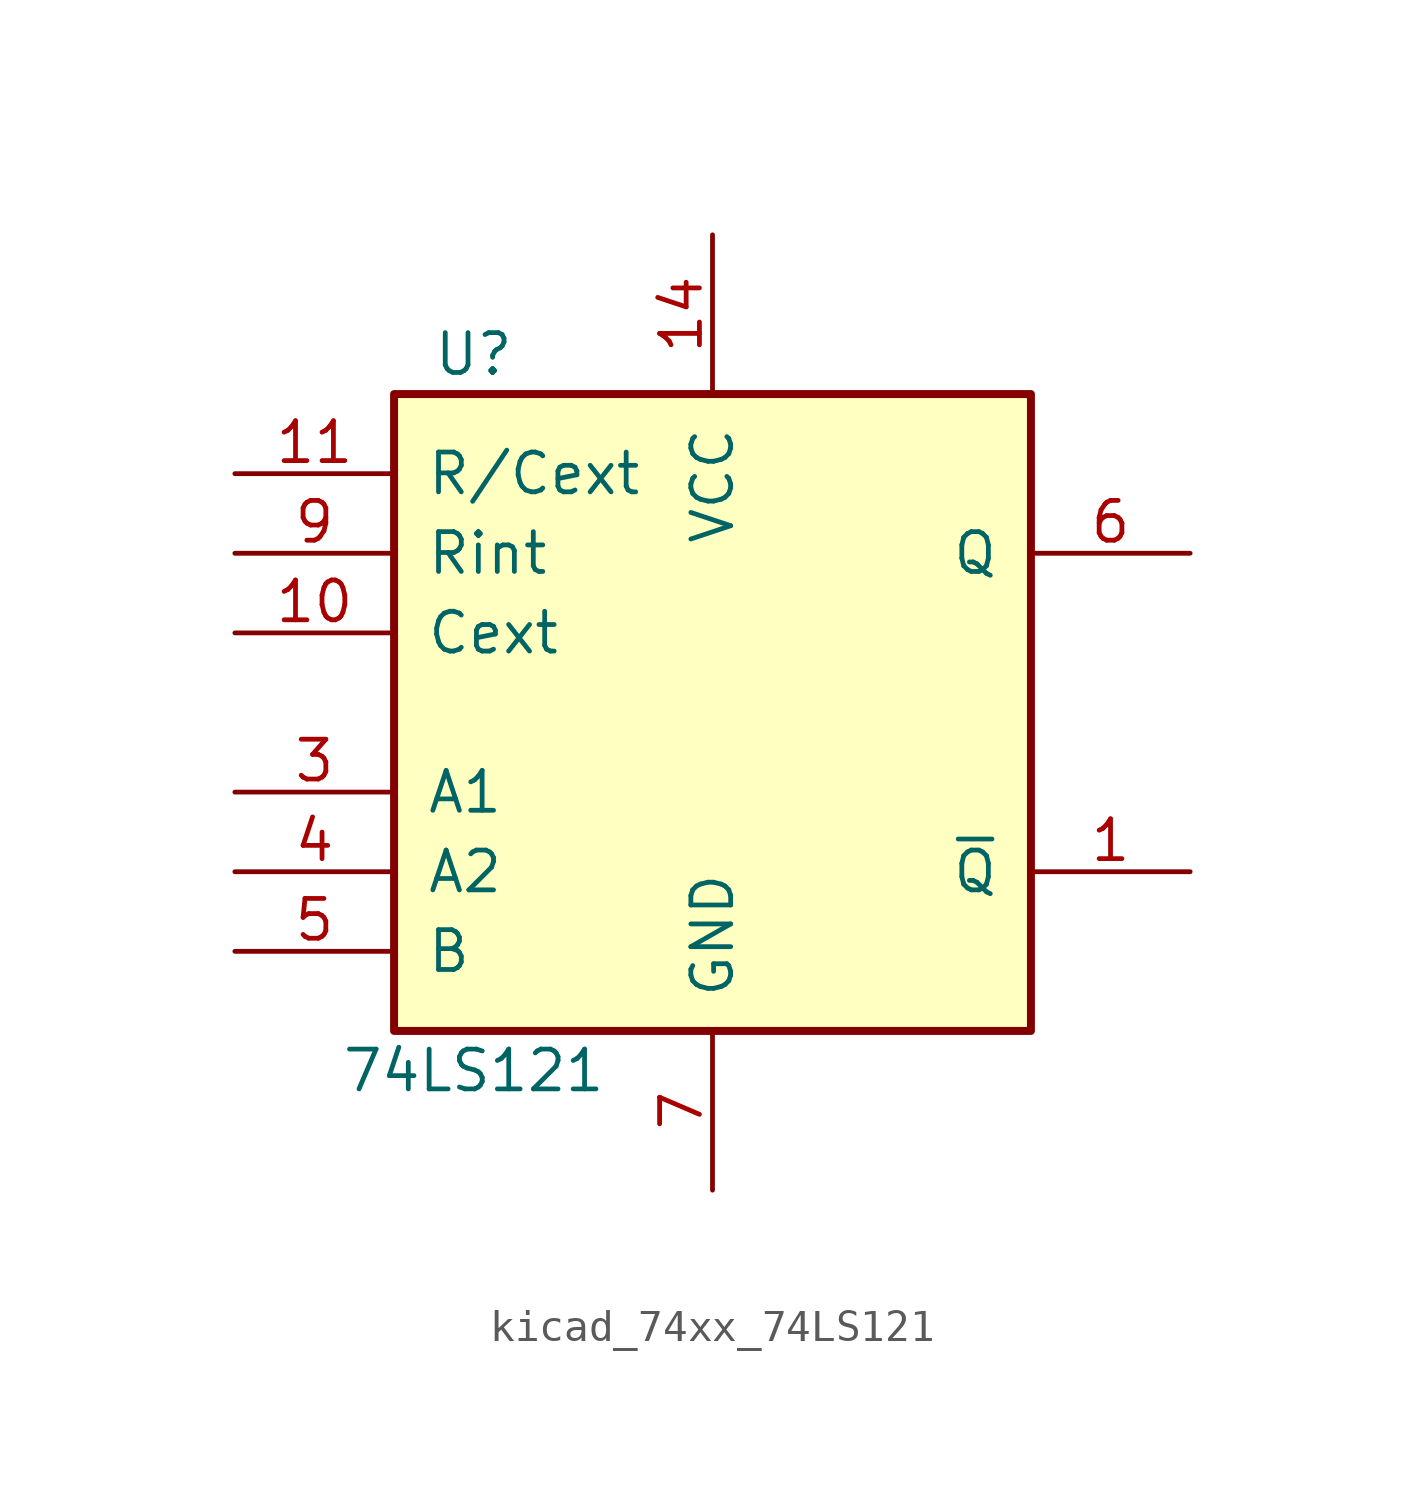
<source format=kicad_sym>
(kicad_symbol_lib
  (version 20220914)
  (generator kicad_symbol_editor)
  (symbol "kicad_74xx_74LS121"
    (pin_names
      (offset 1.016))
    (property "Reference" "U"
      (at -7.62 11.43 0)
      (effects (font (size 1.27 1.27))))
    (property "Value" "74LS121"
      (at -7.62 -11.43 0)
      (effects (font (size 1.27 1.27))))
    (property "ki_locked" ""
      (at 0 0 0)
      (effects (font (size 1.27 1.27))))
    (symbol "kicad_74xx_74LS121_1_0"
      (pin output line (at 15.24 -5.08 180) (length 5.08) (name "~{Q}" (effects (font (size 1.27 1.27)))) (number "1" (effects (font (size 1.27 1.27)))))
      (pin input line (at -15.24 2.54 0) (length 5.08) (name "Cext" (effects (font (size 1.27 1.27)))) (number "10" (effects (font (size 1.27 1.27)))))
      (pin input line (at -15.24 7.62 0) (length 5.08) (name "R/Cext" (effects (font (size 1.27 1.27)))) (number "11" (effects (font (size 1.27 1.27)))))
      (pin power_in line (at 0 15.24 270) (length 5.08) (name "VCC" (effects (font (size 1.27 1.27)))) (number "14" (effects (font (size 1.27 1.27)))))
      (pin input line (at -15.24 -2.54 0) (length 5.08) (name "A1" (effects (font (size 1.27 1.27)))) (number "3" (effects (font (size 1.27 1.27)))))
      (pin input line (at -15.24 -5.08 0) (length 5.08) (name "A2" (effects (font (size 1.27 1.27)))) (number "4" (effects (font (size 1.27 1.27)))))
      (pin input line (at -15.24 -7.62 0) (length 5.08) (name "B" (effects (font (size 1.27 1.27)))) (number "5" (effects (font (size 1.27 1.27)))))
      (pin output line (at 15.24 5.08 180) (length 5.08) (name "Q" (effects (font (size 1.27 1.27)))) (number "6" (effects (font (size 1.27 1.27)))))
      (pin power_in line (at 0 -15.24 90) (length 5.08) (name "GND" (effects (font (size 1.27 1.27)))) (number "7" (effects (font (size 1.27 1.27)))))
      (pin input line (at -15.24 5.08 0) (length 5.08) (name "Rint" (effects (font (size 1.27 1.27)))) (number "9" (effects (font (size 1.27 1.27))))))
    (symbol "kicad_74xx_74LS121_1_1"
      (rectangle (start -10.16 10.16) (end 10.16 -10.16) (stroke (width 0.254) (type default)) (fill (type background))))))
</source>
